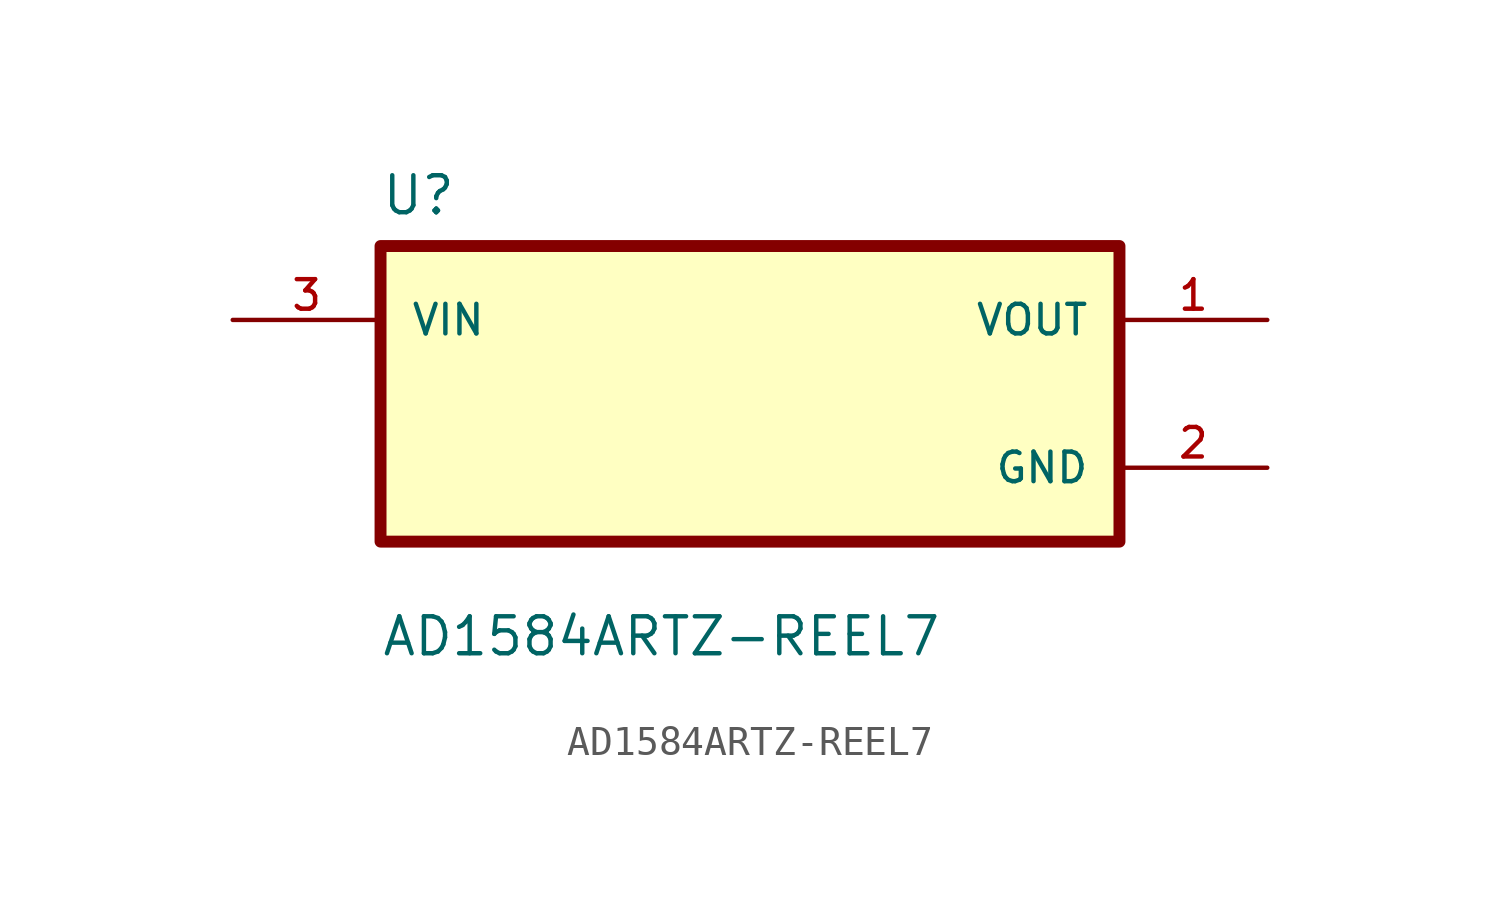
<source format=kicad_sym>
(kicad_symbol_lib
  (version 20211014)
  (generator kicad_symbol_editor)
  (symbol "AD1584ARTZ-REEL7"
    (pin_names
      (offset 1.016))
    (property "Reference" "U"
      (at -12.7 6.08 0.0)
      (effects (font (size 1.27 1.27)) (justify bottom left)))
    (property "Value" "AD1584ARTZ-REEL7"
      (at -12.7 -9.08 0.0)
      (effects (font (size 1.27 1.27)) (justify bottom left)))
    (symbol "AD1584ARTZ-REEL7_0_0"
      (rectangle (start -12.7 -5.08) (end 12.7 5.08) (stroke (width 0.41)) (fill (type background)))
      (pin input line (at -17.78 2.54 0) (length 5.08) (name "VIN" (effects (font (size 1.016 1.016)))) (number "3" (effects (font (size 1.016 1.016)))))
      (pin output line (at 17.78 2.54 180.0) (length 5.08) (name "VOUT" (effects (font (size 1.016 1.016)))) (number "1" (effects (font (size 1.016 1.016)))))
      (pin power_in line (at 17.78 -2.54 180.0) (length 5.08) (name "GND" (effects (font (size 1.016 1.016)))) (number "2" (effects (font (size 1.016 1.016))))))))
</source>
